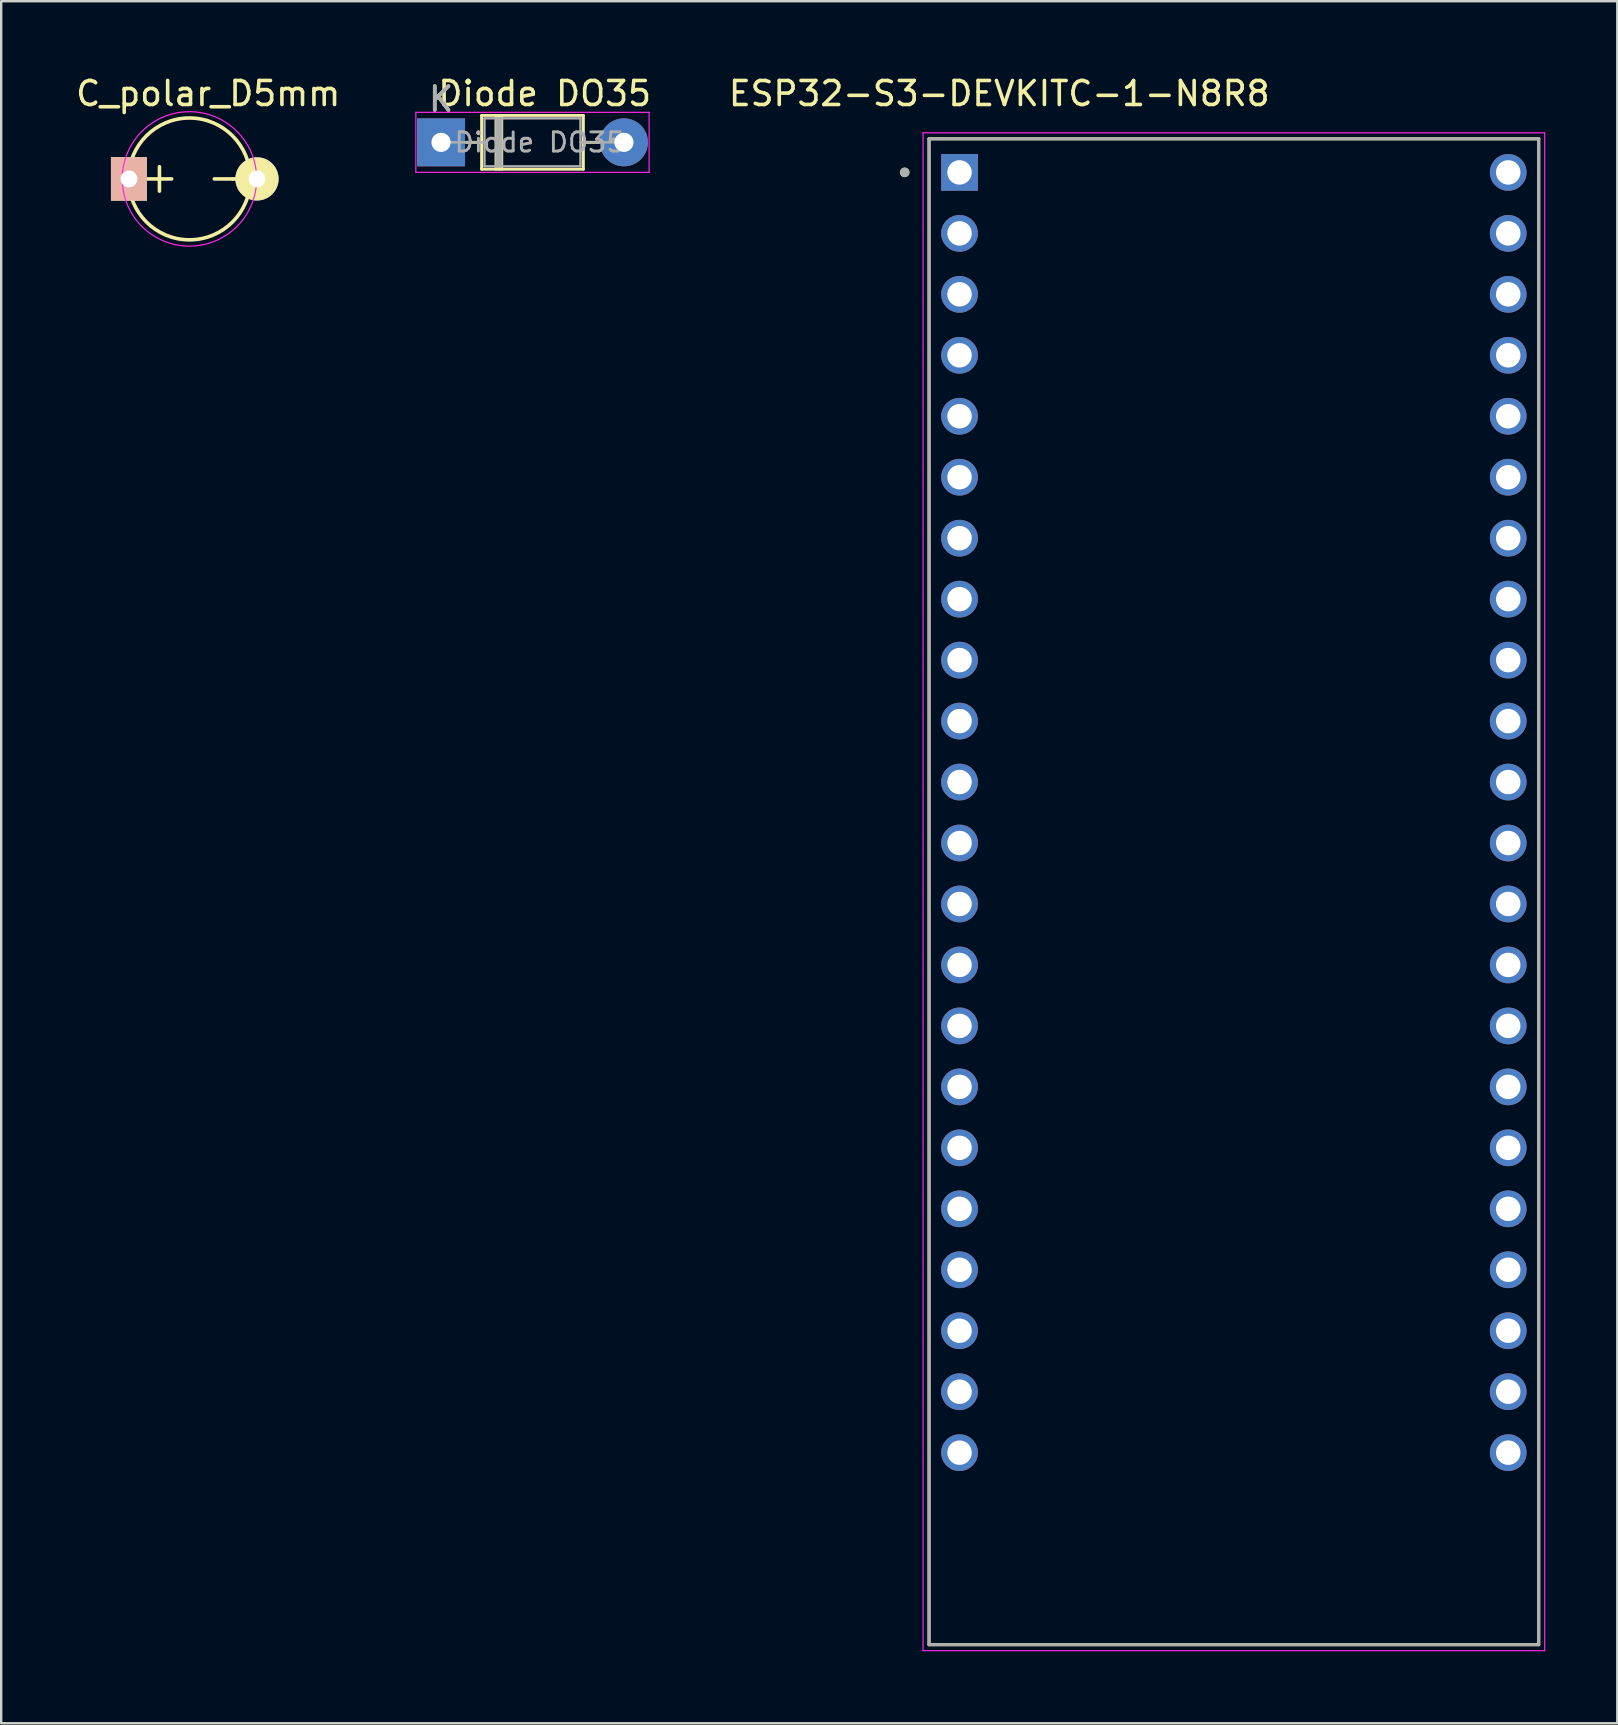
<source format=kicad_pcb>
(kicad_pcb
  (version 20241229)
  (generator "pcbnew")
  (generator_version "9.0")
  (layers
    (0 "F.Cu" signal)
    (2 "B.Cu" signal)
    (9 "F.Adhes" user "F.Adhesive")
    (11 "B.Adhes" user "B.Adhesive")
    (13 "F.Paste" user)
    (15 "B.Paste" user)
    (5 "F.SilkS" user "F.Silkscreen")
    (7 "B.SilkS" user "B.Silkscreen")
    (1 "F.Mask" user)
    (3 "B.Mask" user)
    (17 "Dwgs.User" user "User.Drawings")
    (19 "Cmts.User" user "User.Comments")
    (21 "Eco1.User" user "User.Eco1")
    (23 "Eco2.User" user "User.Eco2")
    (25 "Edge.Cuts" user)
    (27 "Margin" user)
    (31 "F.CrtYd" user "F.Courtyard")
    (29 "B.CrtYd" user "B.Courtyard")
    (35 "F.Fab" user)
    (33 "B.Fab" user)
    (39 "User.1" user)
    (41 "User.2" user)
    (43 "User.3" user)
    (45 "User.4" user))
  (footprint "ESP32-S3-DEVKITC-1-N8R8"
    (layer "F.Cu")
    (at 48.358 34.103)
    (property "Reference" "ESP32-S3-DEVKITC-1-N8R8" (at -9.775 -33.255 0) (layer "F.SilkS") (effects (font (size 1 1) (thickness 0.15))))
    (attr through_hole)
    (fp_line (start -12.7 -31.37) (end 12.7 -31.37) (stroke (width 0.127) (type solid)) (layer "F.SilkS"))
    (fp_line (start -12.7 31.37) (end -12.7 -31.37) (stroke (width 0.127) (type solid)) (layer "F.SilkS"))
    (fp_line (start 12.7 -31.37) (end 12.7 31.37) (stroke (width 0.127) (type solid)) (layer "F.SilkS"))
    (fp_line (start 12.7 31.37) (end -12.7 31.37) (stroke (width 0.127) (type solid)) (layer "F.SilkS"))
    (fp_circle (center -13.716 -29.972) (end -13.616 -29.972) (stroke (width 0.2) (type solid)) (fill no) (layer "F.SilkS"))
    (fp_line (start -12.95 -31.62) (end -12.95 31.62) (stroke (width 0.05) (type solid)) (layer "F.CrtYd"))
    (fp_line (start -12.95 31.62) (end 12.95 31.62) (stroke (width 0.05) (type solid)) (layer "F.CrtYd"))
    (fp_line (start 12.95 -31.62) (end -12.95 -31.62) (stroke (width 0.05) (type solid)) (layer "F.CrtYd"))
    (fp_line (start 12.95 31.62) (end 12.95 -31.62) (stroke (width 0.05) (type solid)) (layer "F.CrtYd"))
    (fp_line (start -12.7 -31.37) (end 12.7 -31.37) (stroke (width 0.127) (type solid)) (layer "F.Fab"))
    (fp_line (start -12.7 31.37) (end -12.7 -31.37) (stroke (width 0.127) (type solid)) (layer "F.Fab"))
    (fp_line (start 12.7 -31.37) (end 12.7 31.37) (stroke (width 0.127) (type solid)) (layer "F.Fab"))
    (fp_line (start 12.7 31.37) (end -12.7 31.37) (stroke (width 0.127) (type solid)) (layer "F.Fab"))
    (fp_circle (center -13.716 -29.972) (end -13.616 -29.972) (stroke (width 0.2) (type solid)) (fill no) (layer "F.Fab"))
    (pad "J1_1" thru_hole rect (at -11.43 -29.97) (size 1.53 1.53) (drill 1.02) (layers "*.Cu" "*.Mask"))
    (pad "J1_2" thru_hole circle (at -11.43 -27.43) (size 1.53 1.53) (drill 1.02) (layers "*.Cu" "*.Mask"))
    (pad "J1_3" thru_hole circle (at -11.43 -24.89) (size 1.53 1.53) (drill 1.02) (layers "*.Cu" "*.Mask"))
    (pad "J1_4" thru_hole circle (at -11.43 -22.35) (size 1.53 1.53) (drill 1.02) (layers "*.Cu" "*.Mask"))
    (pad "J1_5" thru_hole circle (at -11.43 -19.81) (size 1.53 1.53) (drill 1.02) (layers "*.Cu" "*.Mask"))
    (pad "J1_6" thru_hole circle (at -11.43 -17.27) (size 1.53 1.53) (drill 1.02) (layers "*.Cu" "*.Mask"))
    (pad "J1_7" thru_hole circle (at -11.43 -14.73) (size 1.53 1.53) (drill 1.02) (layers "*.Cu" "*.Mask"))
    (pad "J1_8" thru_hole circle (at -11.43 -12.19) (size 1.53 1.53) (drill 1.02) (layers "*.Cu" "*.Mask"))
    (pad "J1_9" thru_hole circle (at -11.43 -9.65) (size 1.53 1.53) (drill 1.02) (layers "*.Cu" "*.Mask"))
    (pad "J1_10" thru_hole circle (at -11.43 -7.11) (size 1.53 1.53) (drill 1.02) (layers "*.Cu" "*.Mask"))
    (pad "J1_11" thru_hole circle (at -11.43 -4.57) (size 1.53 1.53) (drill 1.02) (layers "*.Cu" "*.Mask"))
    (pad "J1_12" thru_hole circle (at -11.43 -2.03) (size 1.53 1.53) (drill 1.02) (layers "*.Cu" "*.Mask"))
    (pad "J1_13" thru_hole circle (at -11.43 0.51) (size 1.53 1.53) (drill 1.02) (layers "*.Cu" "*.Mask"))
    (pad "J1_14" thru_hole circle (at -11.43 3.05) (size 1.53 1.53) (drill 1.02) (layers "*.Cu" "*.Mask"))
    (pad "J1_15" thru_hole circle (at -11.43 5.59) (size 1.53 1.53) (drill 1.02) (layers "*.Cu" "*.Mask"))
    (pad "J1_16" thru_hole circle (at -11.43 8.13) (size 1.53 1.53) (drill 1.02) (layers "*.Cu" "*.Mask"))
    (pad "J1_17" thru_hole circle (at -11.43 10.67) (size 1.53 1.53) (drill 1.02) (layers "*.Cu" "*.Mask"))
    (pad "J1_18" thru_hole circle (at -11.43 13.21) (size 1.53 1.53) (drill 1.02) (layers "*.Cu" "*.Mask"))
    (pad "J1_19" thru_hole circle (at -11.43 15.75) (size 1.53 1.53) (drill 1.02) (layers "*.Cu" "*.Mask"))
    (pad "J1_20" thru_hole circle (at -11.43 18.29) (size 1.53 1.53) (drill 1.02) (layers "*.Cu" "*.Mask"))
    (pad "J1_21" thru_hole circle (at -11.43 20.83) (size 1.53 1.53) (drill 1.02) (layers "*.Cu" "*.Mask"))
    (pad "J1_22" thru_hole circle (at -11.43 23.37) (size 1.53 1.53) (drill 1.02) (layers "*.Cu" "*.Mask"))
    (pad "J3_1" thru_hole circle (at 11.43 -29.97) (size 1.53 1.53) (drill 1.02) (layers "*.Cu" "*.Mask"))
    (pad "J3_2" thru_hole circle (at 11.43 -27.43) (size 1.53 1.53) (drill 1.02) (layers "*.Cu" "*.Mask"))
    (pad "J3_3" thru_hole circle (at 11.43 -24.89) (size 1.53 1.53) (drill 1.02) (layers "*.Cu" "*.Mask"))
    (pad "J3_4" thru_hole circle (at 11.43 -22.35) (size 1.53 1.53) (drill 1.02) (layers "*.Cu" "*.Mask"))
    (pad "J3_5" thru_hole circle (at 11.43 -19.81) (size 1.53 1.53) (drill 1.02) (layers "*.Cu" "*.Mask"))
    (pad "J3_6" thru_hole circle (at 11.43 -17.27) (size 1.53 1.53) (drill 1.02) (layers "*.Cu" "*.Mask"))
    (pad "J3_7" thru_hole circle (at 11.43 -14.73) (size 1.53 1.53) (drill 1.02) (layers "*.Cu" "*.Mask"))
    (pad "J3_8" thru_hole circle (at 11.43 -12.19) (size 1.53 1.53) (drill 1.02) (layers "*.Cu" "*.Mask"))
    (pad "J3_9" thru_hole circle (at 11.43 -9.65) (size 1.53 1.53) (drill 1.02) (layers "*.Cu" "*.Mask"))
    (pad "J3_10" thru_hole circle (at 11.43 -7.11) (size 1.53 1.53) (drill 1.02) (layers "*.Cu" "*.Mask"))
    (pad "J3_11" thru_hole circle (at 11.43 -4.57) (size 1.53 1.53) (drill 1.02) (layers "*.Cu" "*.Mask"))
    (pad "J3_12" thru_hole circle (at 11.43 -2.03) (size 1.53 1.53) (drill 1.02) (layers "*.Cu" "*.Mask"))
    (pad "J3_13" thru_hole circle (at 11.43 0.51) (size 1.53 1.53) (drill 1.02) (layers "*.Cu" "*.Mask"))
    (pad "J3_14" thru_hole circle (at 11.43 3.05) (size 1.53 1.53) (drill 1.02) (layers "*.Cu" "*.Mask"))
    (pad "J3_15" thru_hole circle (at 11.43 5.59) (size 1.53 1.53) (drill 1.02) (layers "*.Cu" "*.Mask"))
    (pad "J3_16" thru_hole circle (at 11.43 8.13) (size 1.53 1.53) (drill 1.02) (layers "*.Cu" "*.Mask"))
    (pad "J3_17" thru_hole circle (at 11.43 10.67) (size 1.53 1.53) (drill 1.02) (layers "*.Cu" "*.Mask"))
    (pad "J3_18" thru_hole circle (at 11.43 13.21) (size 1.53 1.53) (drill 1.02) (layers "*.Cu" "*.Mask"))
    (pad "J3_19" thru_hole circle (at 11.43 15.75) (size 1.53 1.53) (drill 1.02) (layers "*.Cu" "*.Mask"))
    (pad "J3_20" thru_hole circle (at 11.43 18.29) (size 1.53 1.53) (drill 1.02) (layers "*.Cu" "*.Mask"))
    (pad "J3_21" thru_hole circle (at 11.43 20.83) (size 1.53 1.53) (drill 1.02) (layers "*.Cu" "*.Mask"))
    (pad "J3_22" thru_hole circle (at 11.43 23.37) (size 1.53 1.53) (drill 1.02) (layers "*.Cu" "*.Mask")))
  (footprint "Diode DO35"
    (layer "F.Cu")
    (at 15.325 2.88)
    (property "Reference" "Diode DO35" (at 4.318 -2.032 0) (layer "F.SilkS") (effects (font (size 1 1) (thickness 0.15))))
    (attr through_hole)
    (fp_line (start 1.04 0) (end 1.69 0) (stroke (width 0.12) (type solid)) (layer "F.SilkS"))
    (fp_line (start 1.69 -1.12) (end 1.69 1.12) (stroke (width 0.12) (type solid)) (layer "F.SilkS"))
    (fp_line (start 1.69 1.12) (end 5.93 1.12) (stroke (width 0.12) (type solid)) (layer "F.SilkS"))
    (fp_line (start 2.29 -1.12) (end 2.29 1.12) (stroke (width 0.12) (type solid)) (layer "F.SilkS"))
    (fp_line (start 2.41 -1.12) (end 2.41 1.12) (stroke (width 0.12) (type solid)) (layer "F.SilkS"))
    (fp_line (start 2.53 -1.12) (end 2.53 1.12) (stroke (width 0.12) (type solid)) (layer "F.SilkS"))
    (fp_line (start 5.93 -1.12) (end 1.69 -1.12) (stroke (width 0.12) (type solid)) (layer "F.SilkS"))
    (fp_line (start 5.93 1.12) (end 5.93 -1.12) (stroke (width 0.12) (type solid)) (layer "F.SilkS"))
    (fp_line (start 6.58 0) (end 5.93 0) (stroke (width 0.12) (type solid)) (layer "F.SilkS"))
    (fp_line (start -1.05 -1.25) (end -1.05 1.25) (stroke (width 0.05) (type solid)) (layer "F.CrtYd"))
    (fp_line (start -1.05 1.25) (end 8.67 1.25) (stroke (width 0.05) (type solid)) (layer "F.CrtYd"))
    (fp_line (start 8.67 -1.25) (end -1.05 -1.25) (stroke (width 0.05) (type solid)) (layer "F.CrtYd"))
    (fp_line (start 8.67 1.25) (end 8.67 -1.25) (stroke (width 0.05) (type solid)) (layer "F.CrtYd"))
    (fp_line (start 0 0) (end 1.81 0) (stroke (width 0.1) (type solid)) (layer "F.Fab"))
    (fp_line (start 1.81 -1) (end 1.81 1) (stroke (width 0.1) (type solid)) (layer "F.Fab"))
    (fp_line (start 1.81 1) (end 5.81 1) (stroke (width 0.1) (type solid)) (layer "F.Fab"))
    (fp_line (start 2.31 -1) (end 2.31 1) (stroke (width 0.1) (type solid)) (layer "F.Fab"))
    (fp_line (start 2.41 -1) (end 2.41 1) (stroke (width 0.1) (type solid)) (layer "F.Fab"))
    (fp_line (start 2.51 -1) (end 2.51 1) (stroke (width 0.1) (type solid)) (layer "F.Fab"))
    (fp_line (start 5.81 -1) (end 1.81 -1) (stroke (width 0.1) (type solid)) (layer "F.Fab"))
    (fp_line (start 5.81 1) (end 5.81 -1) (stroke (width 0.1) (type solid)) (layer "F.Fab"))
    (fp_line (start 7.62 0) (end 5.81 0) (stroke (width 0.1) (type solid)) (layer "F.Fab"))
    (fp_text user "K" (at 0 -1.8 0) (layer "F.SilkS") (effects (font (size 1 1) (thickness 0.15))))
    (fp_text user "${REFERENCE}" (at 4.11 0 0) (layer "F.Fab") (effects (font (size 0.8 0.8) (thickness 0.12))))
    (fp_text user "K" (at 0 -1.8 0) (layer "F.Fab") (effects (font (size 1 1) (thickness 0.15))))
    (pad "1" thru_hole rect (at 0 0) (size 2 2) (drill 0.8) (layers "*.Cu" "*.Mask"))
    (pad "2" thru_hole oval (at 7.62 0) (size 2 2) (drill 0.8) (layers "*.Cu" "*.Mask")))
  (footprint "C_polar_D5mm"
    (layer "F.Cu")
    (at 3.593 4.404)
    (property "Reference" "C_polar_D5mm" (at 2.032 -3.556 0) (layer "F.SilkS") (effects (font (size 1 1) (thickness 0.15))))
    (attr through_hole)
    (fp_line (start -0.508 0) (end 0.508 0) (stroke (width 0.15) (type solid)) (layer "F.SilkS"))
    (fp_line (start 0 0.508) (end 0 -0.508) (stroke (width 0.15) (type solid)) (layer "F.SilkS"))
    (fp_line (start 2.286 0) (end 3.048 0) (stroke (width 0.15) (type solid)) (layer "F.SilkS"))
    (fp_line (start 3.048 0) (end 3.302 0) (stroke (width 0.15) (type solid)) (layer "F.SilkS"))
    (fp_line (start 3.705 -0.472) (end 3.705 0.472) (stroke (width 0.15) (type solid)) (layer "F.SilkS"))
    (fp_circle (center 1.25 0) (end 1.25 -2.538) (stroke (width 0.15) (type solid)) (fill no) (layer "F.SilkS"))
    (fp_circle (center 1.25 0) (end 1.25 -2.8) (stroke (width 0.05) (type solid)) (fill no) (layer "F.CrtYd"))
    (pad "1" thru_hole rect (at -1.27 0) (size 1.5 1.8) (drill 0.7) (layers "*.Cu" "*.SilkS" "F.Mask"))
    (pad "2" thru_hole circle (at 4.064 0) (size 1.8 1.8) (drill 0.7) (layers "*.Cu" "*.Mask" "F.SilkS")))
  (gr_rect
    (start -3 -3)
    (end 64.333 68.748)
    (stroke (width 0.1) (type default))
    (fill no)
    (layer "Edge.Cuts")))
</source>
